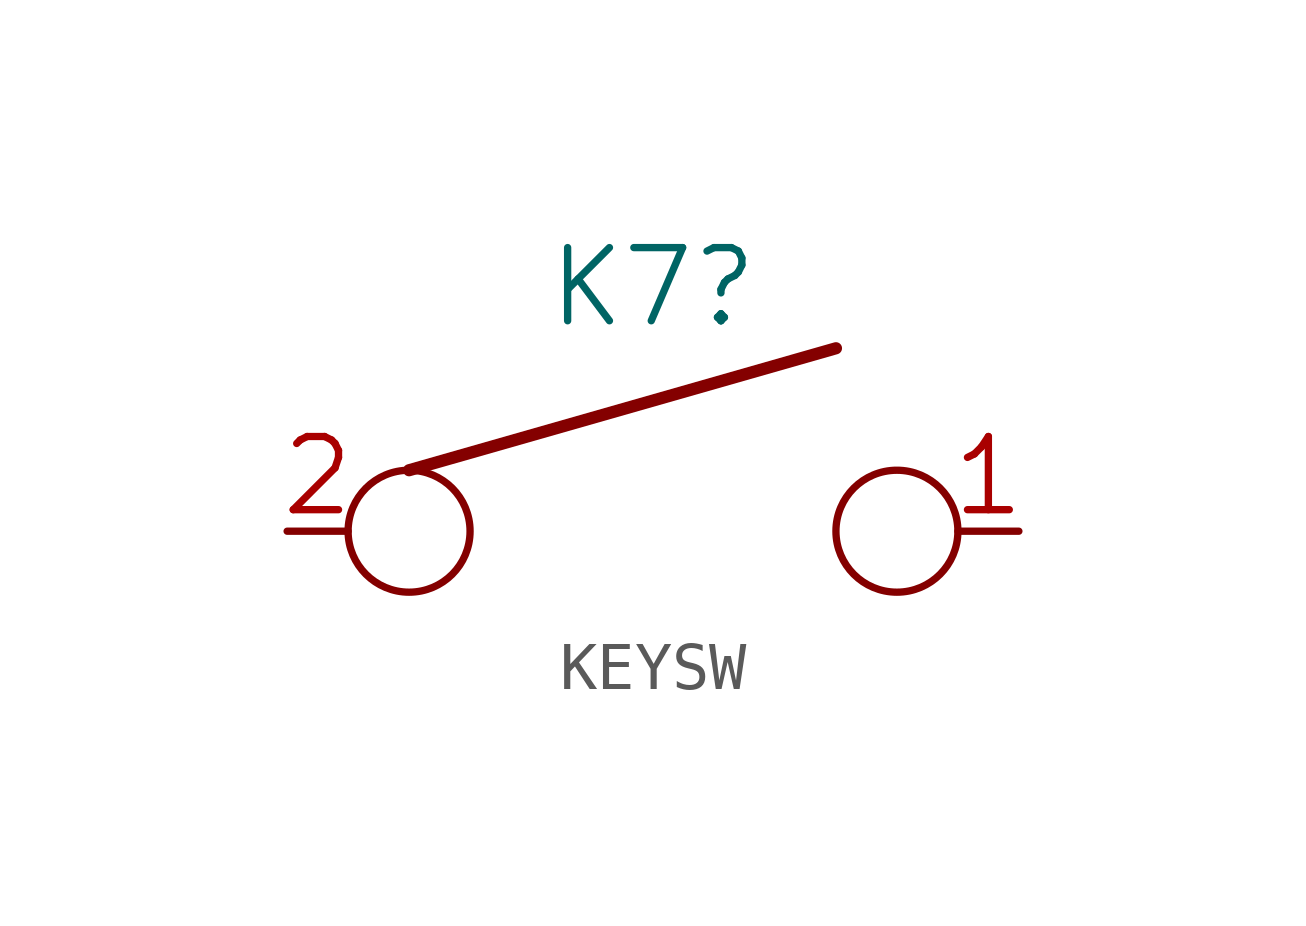
<source format=kicad_sym>
(kicad_symbol_lib
  (version 20220914)
  (generator kicad_symbol_editor)
  (symbol "KEYSW"
    (pin_names
      (offset 1.016))
    (property "Reference" "K7"
      (at 0 5.08 0)
      (effects (font (size 1.524 1.524))))
    (property "Datasheet" ""
      (at 0 0 0)
      (effects (font (size 1.524 1.524))))
    (symbol "KEYSW_0_1"
      (circle (center -5.08 0) (radius 1.27) (stroke (width 0) (type default)) (fill (type none)))
      (polyline (pts (xy -5.08 1.27) (xy 3.81 3.81)) (stroke (width 0.254) (type default)) (fill (type none)))
      (circle (center 5.08 0) (radius 1.27) (stroke (width 0) (type default)) (fill (type none))))
    (symbol "KEYSW_1_1"
      (pin passive line (at 7.62 0 180) (length 1.27) (name "~" (effects (font (size 1.524 1.524)))) (number "1" (effects (font (size 1.524 1.524)))))
      (pin passive line (at -7.62 0 0) (length 1.27) (name "~" (effects (font (size 1.524 1.524)))) (number "2" (effects (font (size 1.524 1.524))))))))
</source>
